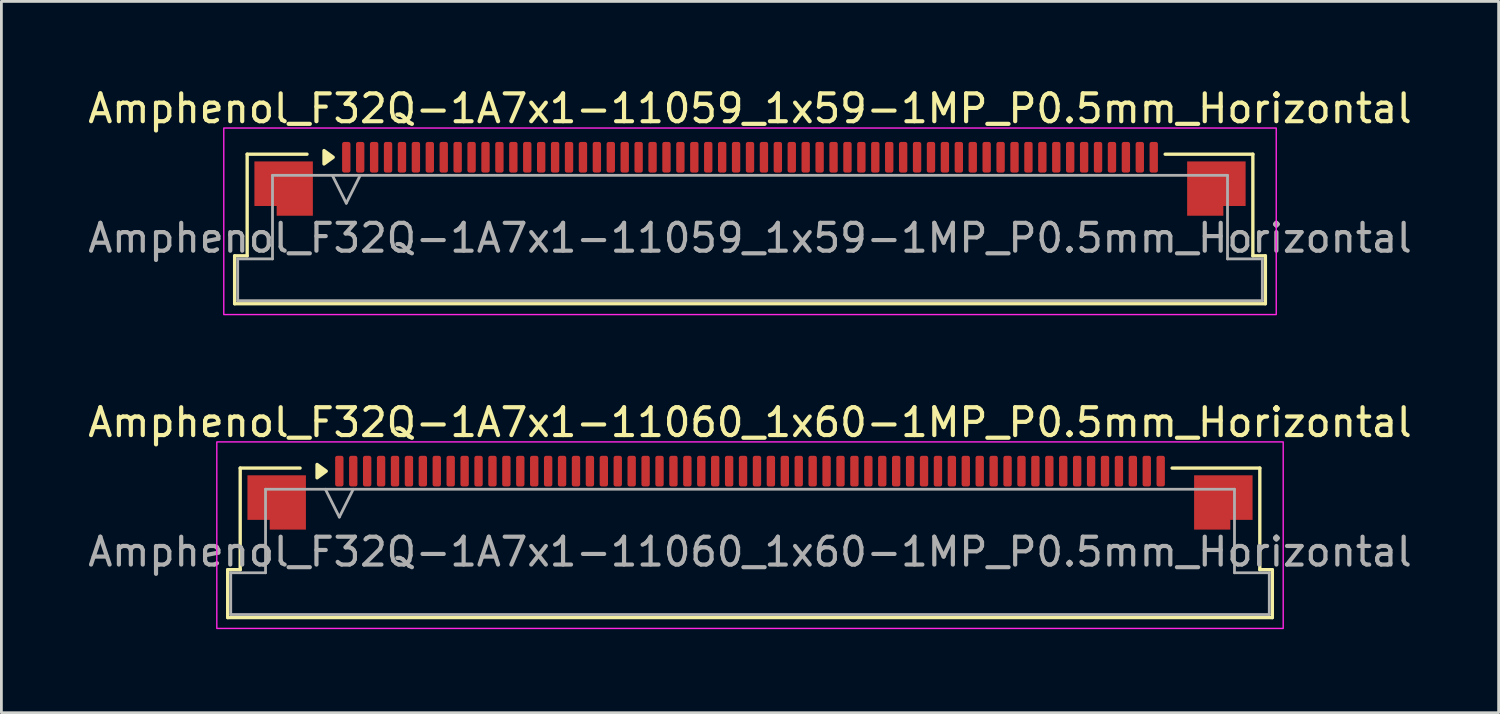
<source format=kicad_pcb>
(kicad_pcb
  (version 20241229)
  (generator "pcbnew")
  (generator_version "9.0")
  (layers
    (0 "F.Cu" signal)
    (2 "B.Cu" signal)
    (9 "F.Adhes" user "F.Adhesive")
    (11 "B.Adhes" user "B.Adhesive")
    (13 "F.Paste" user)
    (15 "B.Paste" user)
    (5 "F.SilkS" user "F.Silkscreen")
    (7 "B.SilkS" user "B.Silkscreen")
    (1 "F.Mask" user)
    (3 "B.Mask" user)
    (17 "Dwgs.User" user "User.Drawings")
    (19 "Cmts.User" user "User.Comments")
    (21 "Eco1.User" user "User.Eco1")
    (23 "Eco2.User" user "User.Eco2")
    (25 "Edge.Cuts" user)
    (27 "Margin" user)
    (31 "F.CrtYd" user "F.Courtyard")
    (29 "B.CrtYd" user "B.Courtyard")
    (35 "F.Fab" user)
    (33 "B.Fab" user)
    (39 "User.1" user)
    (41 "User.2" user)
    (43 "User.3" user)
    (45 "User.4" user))
  (footprint "Amphenol_F32Q-1A7x1-11060_1x60-1MP_P0.5mm_Horizontal"
    (layer "F.Cu")
    (at 23.887 16.771)
    (property "Reference" "Amphenol_F32Q-1A7x1-11060_1x60-1MP_P0.5mm_Horizontal" (at 0 -4.65 0) (layer "F.SilkS") (effects (font (size 1 1) (thickness 0.15))))
    (attr smd)
    (fp_line (start -18.76 0.64) (end -18.31 0.64) (stroke (width 0.12) (type solid)) (layer "F.SilkS"))
    (fp_line (start -18.76 2.36) (end -18.76 0.64) (stroke (width 0.12) (type solid)) (layer "F.SilkS"))
    (fp_line (start -18.31 -3.01) (end -16.16 -3.01) (stroke (width 0.12) (type solid)) (layer "F.SilkS"))
    (fp_line (start -18.31 0.64) (end -18.31 -3.01) (stroke (width 0.12) (type solid)) (layer "F.SilkS"))
    (fp_line (start 15.16 -3.01) (end 18.31 -3.01) (stroke (width 0.12) (type solid)) (layer "F.SilkS"))
    (fp_line (start 18.31 -3.01) (end 18.31 0.64) (stroke (width 0.12) (type solid)) (layer "F.SilkS"))
    (fp_line (start 18.31 0.64) (end 18.76 0.64) (stroke (width 0.12) (type solid)) (layer "F.SilkS"))
    (fp_line (start 18.76 0.64) (end 18.76 2.36) (stroke (width 0.12) (type solid)) (layer "F.SilkS"))
    (fp_line (start 18.76 2.36) (end -18.76 2.36) (stroke (width 0.12) (type solid)) (layer "F.SilkS"))
    (fp_poly (pts (xy -15.22 -2.9) (xy -15.55 -2.66) (xy -15.55 -3.14)) (stroke (width 0.12) (type solid)) (fill yes) (layer "F.SilkS"))
    (fp_rect (start -19.15 -3.95) (end 19.15 2.75) (stroke (width 0.05) (type solid)) (fill no) (layer "F.CrtYd"))
    (fp_line (start -18.65 0.75) (end -17.4 0.75) (stroke (width 0.1) (type solid)) (layer "F.Fab"))
    (fp_line (start -18.65 2.25) (end -18.65 0.75) (stroke (width 0.1) (type solid)) (layer "F.Fab"))
    (fp_line (start -17.4 -2.25) (end 17.4 -2.25) (stroke (width 0.1) (type solid)) (layer "F.Fab"))
    (fp_line (start -17.4 0.75) (end -17.4 -2.25) (stroke (width 0.1) (type solid)) (layer "F.Fab"))
    (fp_line (start -15.25 -2.25) (end -14.75 -1.25) (stroke (width 0.1) (type solid)) (layer "F.Fab"))
    (fp_line (start -14.75 -1.25) (end -14.25 -2.25) (stroke (width 0.1) (type solid)) (layer "F.Fab"))
    (fp_line (start 17.4 -2.25) (end 17.4 0.75) (stroke (width 0.1) (type solid)) (layer "F.Fab"))
    (fp_line (start 17.4 0.75) (end 18.65 0.75) (stroke (width 0.1) (type solid)) (layer "F.Fab"))
    (fp_line (start 18.65 0.75) (end 18.65 2.25) (stroke (width 0.1) (type solid)) (layer "F.Fab"))
    (fp_line (start 18.65 2.25) (end -18.65 2.25) (stroke (width 0.1) (type solid)) (layer "F.Fab"))
    (fp_text user "${REFERENCE}" (at 0 0 0) (layer "F.Fab") (effects (font (size 1 1) (thickness 0.15))))
    (pad "1" smd roundrect (at -14.75 -2.9) (size 0.3 1.1) (layers "F.Cu" "F.Mask" "F.Paste") (roundrect_rratio 0.25))
    (pad "2" smd roundrect (at -14.25 -2.9) (size 0.3 1.1) (layers "F.Cu" "F.Mask" "F.Paste") (roundrect_rratio 0.25))
    (pad "3" smd roundrect (at -13.75 -2.9) (size 0.3 1.1) (layers "F.Cu" "F.Mask" "F.Paste") (roundrect_rratio 0.25))
    (pad "4" smd roundrect (at -13.25 -2.9) (size 0.3 1.1) (layers "F.Cu" "F.Mask" "F.Paste") (roundrect_rratio 0.25))
    (pad "5" smd roundrect (at -12.75 -2.9) (size 0.3 1.1) (layers "F.Cu" "F.Mask" "F.Paste") (roundrect_rratio 0.25))
    (pad "6" smd roundrect (at -12.25 -2.9) (size 0.3 1.1) (layers "F.Cu" "F.Mask" "F.Paste") (roundrect_rratio 0.25))
    (pad "7" smd roundrect (at -11.75 -2.9) (size 0.3 1.1) (layers "F.Cu" "F.Mask" "F.Paste") (roundrect_rratio 0.25))
    (pad "8" smd roundrect (at -11.25 -2.9) (size 0.3 1.1) (layers "F.Cu" "F.Mask" "F.Paste") (roundrect_rratio 0.25))
    (pad "9" smd roundrect (at -10.75 -2.9) (size 0.3 1.1) (layers "F.Cu" "F.Mask" "F.Paste") (roundrect_rratio 0.25))
    (pad "10" smd roundrect (at -10.25 -2.9) (size 0.3 1.1) (layers "F.Cu" "F.Mask" "F.Paste") (roundrect_rratio 0.25))
    (pad "11" smd roundrect (at -9.75 -2.9) (size 0.3 1.1) (layers "F.Cu" "F.Mask" "F.Paste") (roundrect_rratio 0.25))
    (pad "12" smd roundrect (at -9.25 -2.9) (size 0.3 1.1) (layers "F.Cu" "F.Mask" "F.Paste") (roundrect_rratio 0.25))
    (pad "13" smd roundrect (at -8.75 -2.9) (size 0.3 1.1) (layers "F.Cu" "F.Mask" "F.Paste") (roundrect_rratio 0.25))
    (pad "14" smd roundrect (at -8.25 -2.9) (size 0.3 1.1) (layers "F.Cu" "F.Mask" "F.Paste") (roundrect_rratio 0.25))
    (pad "15" smd roundrect (at -7.75 -2.9) (size 0.3 1.1) (layers "F.Cu" "F.Mask" "F.Paste") (roundrect_rratio 0.25))
    (pad "16" smd roundrect (at -7.25 -2.9) (size 0.3 1.1) (layers "F.Cu" "F.Mask" "F.Paste") (roundrect_rratio 0.25))
    (pad "17" smd roundrect (at -6.75 -2.9) (size 0.3 1.1) (layers "F.Cu" "F.Mask" "F.Paste") (roundrect_rratio 0.25))
    (pad "18" smd roundrect (at -6.25 -2.9) (size 0.3 1.1) (layers "F.Cu" "F.Mask" "F.Paste") (roundrect_rratio 0.25))
    (pad "19" smd roundrect (at -5.75 -2.9) (size 0.3 1.1) (layers "F.Cu" "F.Mask" "F.Paste") (roundrect_rratio 0.25))
    (pad "20" smd roundrect (at -5.25 -2.9) (size 0.3 1.1) (layers "F.Cu" "F.Mask" "F.Paste") (roundrect_rratio 0.25))
    (pad "21" smd roundrect (at -4.75 -2.9) (size 0.3 1.1) (layers "F.Cu" "F.Mask" "F.Paste") (roundrect_rratio 0.25))
    (pad "22" smd roundrect (at -4.25 -2.9) (size 0.3 1.1) (layers "F.Cu" "F.Mask" "F.Paste") (roundrect_rratio 0.25))
    (pad "23" smd roundrect (at -3.75 -2.9) (size 0.3 1.1) (layers "F.Cu" "F.Mask" "F.Paste") (roundrect_rratio 0.25))
    (pad "24" smd roundrect (at -3.25 -2.9) (size 0.3 1.1) (layers "F.Cu" "F.Mask" "F.Paste") (roundrect_rratio 0.25))
    (pad "25" smd roundrect (at -2.75 -2.9) (size 0.3 1.1) (layers "F.Cu" "F.Mask" "F.Paste") (roundrect_rratio 0.25))
    (pad "26" smd roundrect (at -2.25 -2.9) (size 0.3 1.1) (layers "F.Cu" "F.Mask" "F.Paste") (roundrect_rratio 0.25))
    (pad "27" smd roundrect (at -1.75 -2.9) (size 0.3 1.1) (layers "F.Cu" "F.Mask" "F.Paste") (roundrect_rratio 0.25))
    (pad "28" smd roundrect (at -1.25 -2.9) (size 0.3 1.1) (layers "F.Cu" "F.Mask" "F.Paste") (roundrect_rratio 0.25))
    (pad "29" smd roundrect (at -0.75 -2.9) (size 0.3 1.1) (layers "F.Cu" "F.Mask" "F.Paste") (roundrect_rratio 0.25))
    (pad "30" smd roundrect (at -0.25 -2.9) (size 0.3 1.1) (layers "F.Cu" "F.Mask" "F.Paste") (roundrect_rratio 0.25))
    (pad "31" smd roundrect (at 0.25 -2.9) (size 0.3 1.1) (layers "F.Cu" "F.Mask" "F.Paste") (roundrect_rratio 0.25))
    (pad "32" smd roundrect (at 0.75 -2.9) (size 0.3 1.1) (layers "F.Cu" "F.Mask" "F.Paste") (roundrect_rratio 0.25))
    (pad "33" smd roundrect (at 1.25 -2.9) (size 0.3 1.1) (layers "F.Cu" "F.Mask" "F.Paste") (roundrect_rratio 0.25))
    (pad "34" smd roundrect (at 1.75 -2.9) (size 0.3 1.1) (layers "F.Cu" "F.Mask" "F.Paste") (roundrect_rratio 0.25))
    (pad "35" smd roundrect (at 2.25 -2.9) (size 0.3 1.1) (layers "F.Cu" "F.Mask" "F.Paste") (roundrect_rratio 0.25))
    (pad "36" smd roundrect (at 2.75 -2.9) (size 0.3 1.1) (layers "F.Cu" "F.Mask" "F.Paste") (roundrect_rratio 0.25))
    (pad "37" smd roundrect (at 3.25 -2.9) (size 0.3 1.1) (layers "F.Cu" "F.Mask" "F.Paste") (roundrect_rratio 0.25))
    (pad "38" smd roundrect (at 3.75 -2.9) (size 0.3 1.1) (layers "F.Cu" "F.Mask" "F.Paste") (roundrect_rratio 0.25))
    (pad "39" smd roundrect (at 4.25 -2.9) (size 0.3 1.1) (layers "F.Cu" "F.Mask" "F.Paste") (roundrect_rratio 0.25))
    (pad "40" smd roundrect (at 4.75 -2.9) (size 0.3 1.1) (layers "F.Cu" "F.Mask" "F.Paste") (roundrect_rratio 0.25))
    (pad "41" smd roundrect (at 5.25 -2.9) (size 0.3 1.1) (layers "F.Cu" "F.Mask" "F.Paste") (roundrect_rratio 0.25))
    (pad "42" smd roundrect (at 5.75 -2.9) (size 0.3 1.1) (layers "F.Cu" "F.Mask" "F.Paste") (roundrect_rratio 0.25))
    (pad "43" smd roundrect (at 6.25 -2.9) (size 0.3 1.1) (layers "F.Cu" "F.Mask" "F.Paste") (roundrect_rratio 0.25))
    (pad "44" smd roundrect (at 6.75 -2.9) (size 0.3 1.1) (layers "F.Cu" "F.Mask" "F.Paste") (roundrect_rratio 0.25))
    (pad "45" smd roundrect (at 7.25 -2.9) (size 0.3 1.1) (layers "F.Cu" "F.Mask" "F.Paste") (roundrect_rratio 0.25))
    (pad "46" smd roundrect (at 7.75 -2.9) (size 0.3 1.1) (layers "F.Cu" "F.Mask" "F.Paste") (roundrect_rratio 0.25))
    (pad "47" smd roundrect (at 8.25 -2.9) (size 0.3 1.1) (layers "F.Cu" "F.Mask" "F.Paste") (roundrect_rratio 0.25))
    (pad "48" smd roundrect (at 8.75 -2.9) (size 0.3 1.1) (layers "F.Cu" "F.Mask" "F.Paste") (roundrect_rratio 0.25))
    (pad "49" smd roundrect (at 9.25 -2.9) (size 0.3 1.1) (layers "F.Cu" "F.Mask" "F.Paste") (roundrect_rratio 0.25))
    (pad "50" smd roundrect (at 9.75 -2.9) (size 0.3 1.1) (layers "F.Cu" "F.Mask" "F.Paste") (roundrect_rratio 0.25))
    (pad "51" smd roundrect (at 10.25 -2.9) (size 0.3 1.1) (layers "F.Cu" "F.Mask" "F.Paste") (roundrect_rratio 0.25))
    (pad "52" smd roundrect (at 10.75 -2.9) (size 0.3 1.1) (layers "F.Cu" "F.Mask" "F.Paste") (roundrect_rratio 0.25))
    (pad "53" smd roundrect (at 11.25 -2.9) (size 0.3 1.1) (layers "F.Cu" "F.Mask" "F.Paste") (roundrect_rratio 0.25))
    (pad "54" smd roundrect (at 11.75 -2.9) (size 0.3 1.1) (layers "F.Cu" "F.Mask" "F.Paste") (roundrect_rratio 0.25))
    (pad "55" smd roundrect (at 12.25 -2.9) (size 0.3 1.1) (layers "F.Cu" "F.Mask" "F.Paste") (roundrect_rratio 0.25))
    (pad "56" smd roundrect (at 12.75 -2.9) (size 0.3 1.1) (layers "F.Cu" "F.Mask" "F.Paste") (roundrect_rratio 0.25))
    (pad "57" smd roundrect (at 13.25 -2.9) (size 0.3 1.1) (layers "F.Cu" "F.Mask" "F.Paste") (roundrect_rratio 0.25))
    (pad "58" smd roundrect (at 13.75 -2.9) (size 0.3 1.1) (layers "F.Cu" "F.Mask" "F.Paste") (roundrect_rratio 0.25))
    (pad "59" smd roundrect (at 14.25 -2.9) (size 0.3 1.1) (layers "F.Cu" "F.Mask" "F.Paste") (roundrect_rratio 0.25))
    (pad "60" smd roundrect (at 14.75 -2.9) (size 0.3 1.1) (layers "F.Cu" "F.Mask" "F.Paste") (roundrect_rratio 0.25))
    (pad "MP" smd custom (at -17 -1.775) (size 1 1) (layers "F.Cu" "F.Mask" "F.Paste") (options (anchor circle)) (primitives (gr_poly (pts (xy 1.05 -0.975) (xy 1.05 0.975) (xy -0.25 0.975) (xy -0.25 0.625) (xy -1.05 0.625) (xy -1.05 -0.975)) (width 0) (fill yes))))
    (pad "MP" smd custom (at 17 -1.775) (size 1 1) (layers "F.Cu" "F.Mask" "F.Paste") (options (anchor circle)) (primitives (gr_poly (pts (xy -1.05 -0.975) (xy -1.05 0.975) (xy 0.25 0.975) (xy 0.25 0.625) (xy 1.05 0.625) (xy 1.05 -0.975)) (width 0) (fill yes)))))
  (footprint "Amphenol_F32Q-1A7x1-11059_1x59-1MP_P0.5mm_Horizontal"
    (layer "F.Cu")
    (at 23.887 5.498)
    (property "Reference" "Amphenol_F32Q-1A7x1-11059_1x59-1MP_P0.5mm_Horizontal" (at 0 -4.65 0) (layer "F.SilkS") (effects (font (size 1 1) (thickness 0.15))))
    (attr smd)
    (fp_line (start -18.51 0.64) (end -18.06 0.64) (stroke (width 0.12) (type solid)) (layer "F.SilkS"))
    (fp_line (start -18.51 2.36) (end -18.51 0.64) (stroke (width 0.12) (type solid)) (layer "F.SilkS"))
    (fp_line (start -18.06 -3.01) (end -15.91 -3.01) (stroke (width 0.12) (type solid)) (layer "F.SilkS"))
    (fp_line (start -18.06 0.64) (end -18.06 -3.01) (stroke (width 0.12) (type solid)) (layer "F.SilkS"))
    (fp_line (start 14.91 -3.01) (end 18.06 -3.01) (stroke (width 0.12) (type solid)) (layer "F.SilkS"))
    (fp_line (start 18.06 -3.01) (end 18.06 0.64) (stroke (width 0.12) (type solid)) (layer "F.SilkS"))
    (fp_line (start 18.06 0.64) (end 18.51 0.64) (stroke (width 0.12) (type solid)) (layer "F.SilkS"))
    (fp_line (start 18.51 0.64) (end 18.51 2.36) (stroke (width 0.12) (type solid)) (layer "F.SilkS"))
    (fp_line (start 18.51 2.36) (end -18.51 2.36) (stroke (width 0.12) (type solid)) (layer "F.SilkS"))
    (fp_poly (pts (xy -14.97 -2.9) (xy -15.3 -2.66) (xy -15.3 -3.14)) (stroke (width 0.12) (type solid)) (fill yes) (layer "F.SilkS"))
    (fp_rect (start -18.9 -3.95) (end 18.9 2.75) (stroke (width 0.05) (type solid)) (fill no) (layer "F.CrtYd"))
    (fp_line (start -18.4 0.75) (end -17.15 0.75) (stroke (width 0.1) (type solid)) (layer "F.Fab"))
    (fp_line (start -18.4 2.25) (end -18.4 0.75) (stroke (width 0.1) (type solid)) (layer "F.Fab"))
    (fp_line (start -17.15 -2.25) (end 17.15 -2.25) (stroke (width 0.1) (type solid)) (layer "F.Fab"))
    (fp_line (start -17.15 0.75) (end -17.15 -2.25) (stroke (width 0.1) (type solid)) (layer "F.Fab"))
    (fp_line (start -15 -2.25) (end -14.5 -1.25) (stroke (width 0.1) (type solid)) (layer "F.Fab"))
    (fp_line (start -14.5 -1.25) (end -14 -2.25) (stroke (width 0.1) (type solid)) (layer "F.Fab"))
    (fp_line (start 17.15 -2.25) (end 17.15 0.75) (stroke (width 0.1) (type solid)) (layer "F.Fab"))
    (fp_line (start 17.15 0.75) (end 18.4 0.75) (stroke (width 0.1) (type solid)) (layer "F.Fab"))
    (fp_line (start 18.4 0.75) (end 18.4 2.25) (stroke (width 0.1) (type solid)) (layer "F.Fab"))
    (fp_line (start 18.4 2.25) (end -18.4 2.25) (stroke (width 0.1) (type solid)) (layer "F.Fab"))
    (fp_text user "${REFERENCE}" (at 0 0 0) (layer "F.Fab") (effects (font (size 1 1) (thickness 0.15))))
    (pad "1" smd roundrect (at -14.5 -2.9) (size 0.3 1.1) (layers "F.Cu" "F.Mask" "F.Paste") (roundrect_rratio 0.25))
    (pad "2" smd roundrect (at -14 -2.9) (size 0.3 1.1) (layers "F.Cu" "F.Mask" "F.Paste") (roundrect_rratio 0.25))
    (pad "3" smd roundrect (at -13.5 -2.9) (size 0.3 1.1) (layers "F.Cu" "F.Mask" "F.Paste") (roundrect_rratio 0.25))
    (pad "4" smd roundrect (at -13 -2.9) (size 0.3 1.1) (layers "F.Cu" "F.Mask" "F.Paste") (roundrect_rratio 0.25))
    (pad "5" smd roundrect (at -12.5 -2.9) (size 0.3 1.1) (layers "F.Cu" "F.Mask" "F.Paste") (roundrect_rratio 0.25))
    (pad "6" smd roundrect (at -12 -2.9) (size 0.3 1.1) (layers "F.Cu" "F.Mask" "F.Paste") (roundrect_rratio 0.25))
    (pad "7" smd roundrect (at -11.5 -2.9) (size 0.3 1.1) (layers "F.Cu" "F.Mask" "F.Paste") (roundrect_rratio 0.25))
    (pad "8" smd roundrect (at -11 -2.9) (size 0.3 1.1) (layers "F.Cu" "F.Mask" "F.Paste") (roundrect_rratio 0.25))
    (pad "9" smd roundrect (at -10.5 -2.9) (size 0.3 1.1) (layers "F.Cu" "F.Mask" "F.Paste") (roundrect_rratio 0.25))
    (pad "10" smd roundrect (at -10 -2.9) (size 0.3 1.1) (layers "F.Cu" "F.Mask" "F.Paste") (roundrect_rratio 0.25))
    (pad "11" smd roundrect (at -9.5 -2.9) (size 0.3 1.1) (layers "F.Cu" "F.Mask" "F.Paste") (roundrect_rratio 0.25))
    (pad "12" smd roundrect (at -9 -2.9) (size 0.3 1.1) (layers "F.Cu" "F.Mask" "F.Paste") (roundrect_rratio 0.25))
    (pad "13" smd roundrect (at -8.5 -2.9) (size 0.3 1.1) (layers "F.Cu" "F.Mask" "F.Paste") (roundrect_rratio 0.25))
    (pad "14" smd roundrect (at -8 -2.9) (size 0.3 1.1) (layers "F.Cu" "F.Mask" "F.Paste") (roundrect_rratio 0.25))
    (pad "15" smd roundrect (at -7.5 -2.9) (size 0.3 1.1) (layers "F.Cu" "F.Mask" "F.Paste") (roundrect_rratio 0.25))
    (pad "16" smd roundrect (at -7 -2.9) (size 0.3 1.1) (layers "F.Cu" "F.Mask" "F.Paste") (roundrect_rratio 0.25))
    (pad "17" smd roundrect (at -6.5 -2.9) (size 0.3 1.1) (layers "F.Cu" "F.Mask" "F.Paste") (roundrect_rratio 0.25))
    (pad "18" smd roundrect (at -6 -2.9) (size 0.3 1.1) (layers "F.Cu" "F.Mask" "F.Paste") (roundrect_rratio 0.25))
    (pad "19" smd roundrect (at -5.5 -2.9) (size 0.3 1.1) (layers "F.Cu" "F.Mask" "F.Paste") (roundrect_rratio 0.25))
    (pad "20" smd roundrect (at -5 -2.9) (size 0.3 1.1) (layers "F.Cu" "F.Mask" "F.Paste") (roundrect_rratio 0.25))
    (pad "21" smd roundrect (at -4.5 -2.9) (size 0.3 1.1) (layers "F.Cu" "F.Mask" "F.Paste") (roundrect_rratio 0.25))
    (pad "22" smd roundrect (at -4 -2.9) (size 0.3 1.1) (layers "F.Cu" "F.Mask" "F.Paste") (roundrect_rratio 0.25))
    (pad "23" smd roundrect (at -3.5 -2.9) (size 0.3 1.1) (layers "F.Cu" "F.Mask" "F.Paste") (roundrect_rratio 0.25))
    (pad "24" smd roundrect (at -3 -2.9) (size 0.3 1.1) (layers "F.Cu" "F.Mask" "F.Paste") (roundrect_rratio 0.25))
    (pad "25" smd roundrect (at -2.5 -2.9) (size 0.3 1.1) (layers "F.Cu" "F.Mask" "F.Paste") (roundrect_rratio 0.25))
    (pad "26" smd roundrect (at -2 -2.9) (size 0.3 1.1) (layers "F.Cu" "F.Mask" "F.Paste") (roundrect_rratio 0.25))
    (pad "27" smd roundrect (at -1.5 -2.9) (size 0.3 1.1) (layers "F.Cu" "F.Mask" "F.Paste") (roundrect_rratio 0.25))
    (pad "28" smd roundrect (at -1 -2.9) (size 0.3 1.1) (layers "F.Cu" "F.Mask" "F.Paste") (roundrect_rratio 0.25))
    (pad "29" smd roundrect (at -0.5 -2.9) (size 0.3 1.1) (layers "F.Cu" "F.Mask" "F.Paste") (roundrect_rratio 0.25))
    (pad "30" smd roundrect (at 0 -2.9) (size 0.3 1.1) (layers "F.Cu" "F.Mask" "F.Paste") (roundrect_rratio 0.25))
    (pad "31" smd roundrect (at 0.5 -2.9) (size 0.3 1.1) (layers "F.Cu" "F.Mask" "F.Paste") (roundrect_rratio 0.25))
    (pad "32" smd roundrect (at 1 -2.9) (size 0.3 1.1) (layers "F.Cu" "F.Mask" "F.Paste") (roundrect_rratio 0.25))
    (pad "33" smd roundrect (at 1.5 -2.9) (size 0.3 1.1) (layers "F.Cu" "F.Mask" "F.Paste") (roundrect_rratio 0.25))
    (pad "34" smd roundrect (at 2 -2.9) (size 0.3 1.1) (layers "F.Cu" "F.Mask" "F.Paste") (roundrect_rratio 0.25))
    (pad "35" smd roundrect (at 2.5 -2.9) (size 0.3 1.1) (layers "F.Cu" "F.Mask" "F.Paste") (roundrect_rratio 0.25))
    (pad "36" smd roundrect (at 3 -2.9) (size 0.3 1.1) (layers "F.Cu" "F.Mask" "F.Paste") (roundrect_rratio 0.25))
    (pad "37" smd roundrect (at 3.5 -2.9) (size 0.3 1.1) (layers "F.Cu" "F.Mask" "F.Paste") (roundrect_rratio 0.25))
    (pad "38" smd roundrect (at 4 -2.9) (size 0.3 1.1) (layers "F.Cu" "F.Mask" "F.Paste") (roundrect_rratio 0.25))
    (pad "39" smd roundrect (at 4.5 -2.9) (size 0.3 1.1) (layers "F.Cu" "F.Mask" "F.Paste") (roundrect_rratio 0.25))
    (pad "40" smd roundrect (at 5 -2.9) (size 0.3 1.1) (layers "F.Cu" "F.Mask" "F.Paste") (roundrect_rratio 0.25))
    (pad "41" smd roundrect (at 5.5 -2.9) (size 0.3 1.1) (layers "F.Cu" "F.Mask" "F.Paste") (roundrect_rratio 0.25))
    (pad "42" smd roundrect (at 6 -2.9) (size 0.3 1.1) (layers "F.Cu" "F.Mask" "F.Paste") (roundrect_rratio 0.25))
    (pad "43" smd roundrect (at 6.5 -2.9) (size 0.3 1.1) (layers "F.Cu" "F.Mask" "F.Paste") (roundrect_rratio 0.25))
    (pad "44" smd roundrect (at 7 -2.9) (size 0.3 1.1) (layers "F.Cu" "F.Mask" "F.Paste") (roundrect_rratio 0.25))
    (pad "45" smd roundrect (at 7.5 -2.9) (size 0.3 1.1) (layers "F.Cu" "F.Mask" "F.Paste") (roundrect_rratio 0.25))
    (pad "46" smd roundrect (at 8 -2.9) (size 0.3 1.1) (layers "F.Cu" "F.Mask" "F.Paste") (roundrect_rratio 0.25))
    (pad "47" smd roundrect (at 8.5 -2.9) (size 0.3 1.1) (layers "F.Cu" "F.Mask" "F.Paste") (roundrect_rratio 0.25))
    (pad "48" smd roundrect (at 9 -2.9) (size 0.3 1.1) (layers "F.Cu" "F.Mask" "F.Paste") (roundrect_rratio 0.25))
    (pad "49" smd roundrect (at 9.5 -2.9) (size 0.3 1.1) (layers "F.Cu" "F.Mask" "F.Paste") (roundrect_rratio 0.25))
    (pad "50" smd roundrect (at 10 -2.9) (size 0.3 1.1) (layers "F.Cu" "F.Mask" "F.Paste") (roundrect_rratio 0.25))
    (pad "51" smd roundrect (at 10.5 -2.9) (size 0.3 1.1) (layers "F.Cu" "F.Mask" "F.Paste") (roundrect_rratio 0.25))
    (pad "52" smd roundrect (at 11 -2.9) (size 0.3 1.1) (layers "F.Cu" "F.Mask" "F.Paste") (roundrect_rratio 0.25))
    (pad "53" smd roundrect (at 11.5 -2.9) (size 0.3 1.1) (layers "F.Cu" "F.Mask" "F.Paste") (roundrect_rratio 0.25))
    (pad "54" smd roundrect (at 12 -2.9) (size 0.3 1.1) (layers "F.Cu" "F.Mask" "F.Paste") (roundrect_rratio 0.25))
    (pad "55" smd roundrect (at 12.5 -2.9) (size 0.3 1.1) (layers "F.Cu" "F.Mask" "F.Paste") (roundrect_rratio 0.25))
    (pad "56" smd roundrect (at 13 -2.9) (size 0.3 1.1) (layers "F.Cu" "F.Mask" "F.Paste") (roundrect_rratio 0.25))
    (pad "57" smd roundrect (at 13.5 -2.9) (size 0.3 1.1) (layers "F.Cu" "F.Mask" "F.Paste") (roundrect_rratio 0.25))
    (pad "58" smd roundrect (at 14 -2.9) (size 0.3 1.1) (layers "F.Cu" "F.Mask" "F.Paste") (roundrect_rratio 0.25))
    (pad "59" smd roundrect (at 14.5 -2.9) (size 0.3 1.1) (layers "F.Cu" "F.Mask" "F.Paste") (roundrect_rratio 0.25))
    (pad "MP" smd custom (at -16.75 -1.775) (size 1 1) (layers "F.Cu" "F.Mask" "F.Paste") (options (anchor circle)) (primitives (gr_poly (pts (xy 1.05 -0.975) (xy 1.05 0.975) (xy -0.25 0.975) (xy -0.25 0.625) (xy -1.05 0.625) (xy -1.05 -0.975)) (width 0) (fill yes))))
    (pad "MP" smd custom (at 16.75 -1.775) (size 1 1) (layers "F.Cu" "F.Mask" "F.Paste") (options (anchor circle)) (primitives (gr_poly (pts (xy -1.05 -0.975) (xy -1.05 0.975) (xy 0.25 0.975) (xy 0.25 0.625) (xy 1.05 0.625) (xy 1.05 -0.975)) (width 0) (fill yes)))))
  (gr_rect
    (start -3 -3)
    (end 50.774 22.547)
    (stroke (width 0.1) (type default))
    (fill no)
    (layer "Edge.Cuts")))
</source>
